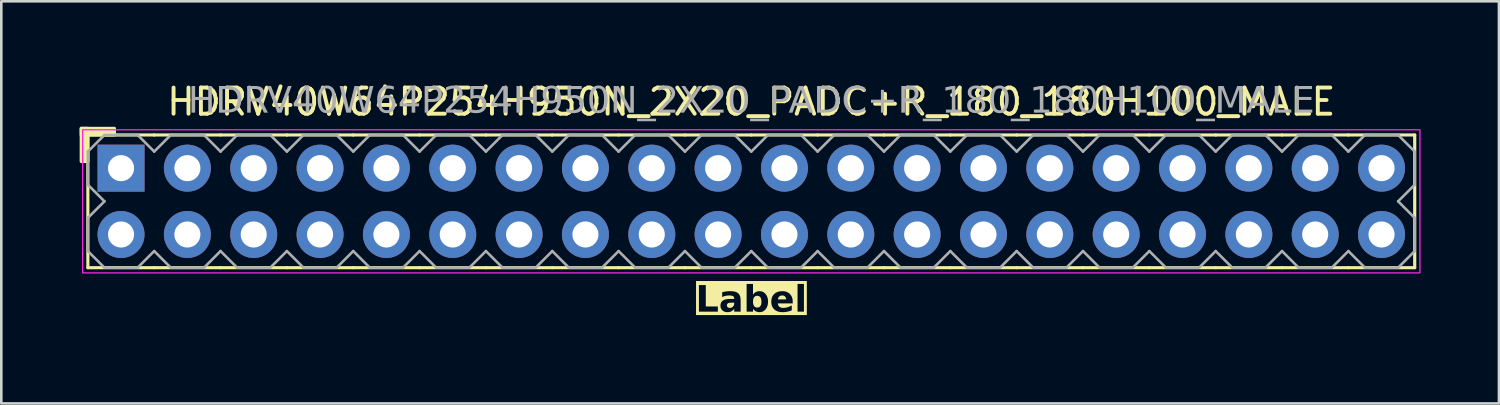
<source format=kicad_pcb>
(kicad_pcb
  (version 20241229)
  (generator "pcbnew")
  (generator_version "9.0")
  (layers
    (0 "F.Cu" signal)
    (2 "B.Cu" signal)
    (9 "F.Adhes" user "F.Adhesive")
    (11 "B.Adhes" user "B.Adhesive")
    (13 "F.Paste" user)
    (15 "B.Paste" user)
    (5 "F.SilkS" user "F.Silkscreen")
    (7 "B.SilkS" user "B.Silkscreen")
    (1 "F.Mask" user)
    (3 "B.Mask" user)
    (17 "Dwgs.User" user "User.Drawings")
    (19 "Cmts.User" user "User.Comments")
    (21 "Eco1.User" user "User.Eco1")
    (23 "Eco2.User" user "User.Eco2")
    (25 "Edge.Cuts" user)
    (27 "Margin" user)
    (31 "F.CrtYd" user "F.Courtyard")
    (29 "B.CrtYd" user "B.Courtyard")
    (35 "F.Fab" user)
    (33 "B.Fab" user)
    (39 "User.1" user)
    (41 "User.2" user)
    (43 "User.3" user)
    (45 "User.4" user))
  (footprint "HDRV40W64P254H950N_2X20_PADC+R_180_180H100_MALE"
    (layer "F.Cu")
    (at 25.714 4.658)
    (property "Reference" "HDRV40W64P254H950N_2X20_PADC+R_180_180H100_MALE" (at 0 -3.81 0) (layer "F.SilkS") (effects (font (size 1 1) (thickness 0.15))))
    (property "Label" "Label" (at 0 3.81 0) (layer "F.SilkS" knockout) (effects (font (face "Tahoma") (size 1 1) (thickness 0.2) (bold yes))))
    (attr through_hole)
    (fp_line (start -25.4 2.54) (end -25.4 -2.54) (stroke (width 0.12) (type solid)) (layer "F.SilkS"))
    (fp_line (start -22.86 -2.54) (end -25.4 -2.54) (stroke (width 0.12) (type solid)) (layer "F.SilkS"))
    (fp_line (start -22.86 2.54) (end -25.4 2.54) (stroke (width 0.12) (type solid)) (layer "F.SilkS"))
    (fp_line (start -20.32 -2.54) (end -22.86 -2.54) (stroke (width 0.12) (type solid)) (layer "F.SilkS"))
    (fp_line (start -20.32 2.54) (end -22.86 2.54) (stroke (width 0.12) (type solid)) (layer "F.SilkS"))
    (fp_line (start -17.78 -2.54) (end -20.32 -2.54) (stroke (width 0.12) (type solid)) (layer "F.SilkS"))
    (fp_line (start -17.78 2.54) (end -20.32 2.54) (stroke (width 0.12) (type solid)) (layer "F.SilkS"))
    (fp_line (start -15.24 -2.54) (end -17.78 -2.54) (stroke (width 0.12) (type solid)) (layer "F.SilkS"))
    (fp_line (start -15.24 2.54) (end -17.78 2.54) (stroke (width 0.12) (type solid)) (layer "F.SilkS"))
    (fp_line (start -12.7 -2.54) (end -15.24 -2.54) (stroke (width 0.12) (type solid)) (layer "F.SilkS"))
    (fp_line (start -12.7 2.54) (end -15.24 2.54) (stroke (width 0.12) (type solid)) (layer "F.SilkS"))
    (fp_line (start -10.16 -2.54) (end -12.7 -2.54) (stroke (width 0.12) (type solid)) (layer "F.SilkS"))
    (fp_line (start -10.16 2.54) (end -12.7 2.54) (stroke (width 0.12) (type solid)) (layer "F.SilkS"))
    (fp_line (start -7.62 -2.54) (end -10.16 -2.54) (stroke (width 0.12) (type solid)) (layer "F.SilkS"))
    (fp_line (start -7.62 2.54) (end -10.16 2.54) (stroke (width 0.12) (type solid)) (layer "F.SilkS"))
    (fp_line (start -5.08 -2.54) (end -7.62 -2.54) (stroke (width 0.12) (type solid)) (layer "F.SilkS"))
    (fp_line (start -5.08 2.54) (end -7.62 2.54) (stroke (width 0.12) (type solid)) (layer "F.SilkS"))
    (fp_line (start -2.54 -2.54) (end -5.08 -2.54) (stroke (width 0.12) (type solid)) (layer "F.SilkS"))
    (fp_line (start -2.54 2.54) (end -5.08 2.54) (stroke (width 0.12) (type solid)) (layer "F.SilkS"))
    (fp_line (start 0 -2.54) (end -2.54 -2.54) (stroke (width 0.12) (type solid)) (layer "F.SilkS"))
    (fp_line (start 0 2.54) (end -2.54 2.54) (stroke (width 0.12) (type solid)) (layer "F.SilkS"))
    (fp_line (start 2.54 -2.54) (end 0 -2.54) (stroke (width 0.12) (type solid)) (layer "F.SilkS"))
    (fp_line (start 2.54 2.54) (end 0 2.54) (stroke (width 0.12) (type solid)) (layer "F.SilkS"))
    (fp_line (start 5.08 -2.54) (end 2.54 -2.54) (stroke (width 0.12) (type solid)) (layer "F.SilkS"))
    (fp_line (start 5.08 2.54) (end 2.54 2.54) (stroke (width 0.12) (type solid)) (layer "F.SilkS"))
    (fp_line (start 7.62 -2.54) (end 5.08 -2.54) (stroke (width 0.12) (type solid)) (layer "F.SilkS"))
    (fp_line (start 7.62 2.54) (end 5.08 2.54) (stroke (width 0.12) (type solid)) (layer "F.SilkS"))
    (fp_line (start 10.16 -2.54) (end 7.62 -2.54) (stroke (width 0.12) (type solid)) (layer "F.SilkS"))
    (fp_line (start 10.16 2.54) (end 7.62 2.54) (stroke (width 0.12) (type solid)) (layer "F.SilkS"))
    (fp_line (start 12.7 -2.54) (end 10.16 -2.54) (stroke (width 0.12) (type solid)) (layer "F.SilkS"))
    (fp_line (start 12.7 2.54) (end 10.16 2.54) (stroke (width 0.12) (type solid)) (layer "F.SilkS"))
    (fp_line (start 15.24 -2.54) (end 12.7 -2.54) (stroke (width 0.12) (type solid)) (layer "F.SilkS"))
    (fp_line (start 15.24 2.54) (end 12.7 2.54) (stroke (width 0.12) (type solid)) (layer "F.SilkS"))
    (fp_line (start 17.78 -2.54) (end 15.24 -2.54) (stroke (width 0.12) (type solid)) (layer "F.SilkS"))
    (fp_line (start 17.78 2.54) (end 15.24 2.54) (stroke (width 0.12) (type solid)) (layer "F.SilkS"))
    (fp_line (start 20.32 -2.54) (end 17.78 -2.54) (stroke (width 0.12) (type solid)) (layer "F.SilkS"))
    (fp_line (start 20.32 2.54) (end 17.78 2.54) (stroke (width 0.12) (type solid)) (layer "F.SilkS"))
    (fp_line (start 22.86 -2.54) (end 20.32 -2.54) (stroke (width 0.12) (type solid)) (layer "F.SilkS"))
    (fp_line (start 22.86 2.54) (end 20.32 2.54) (stroke (width 0.12) (type solid)) (layer "F.SilkS"))
    (fp_line (start 25.4 -2.54) (end 22.86 -2.54) (stroke (width 0.12) (type solid)) (layer "F.SilkS"))
    (fp_line (start 25.4 2.54) (end 22.86 2.54) (stroke (width 0.12) (type solid)) (layer "F.SilkS"))
    (fp_line (start 25.4 2.54) (end 25.4 -2.54) (stroke (width 0.12) (type solid)) (layer "F.SilkS"))
    (fp_rect (start -25.654 -1.524) (end -25.4 -2.794) (stroke (width 0.12) (type solid)) (fill yes) (layer "F.SilkS"))
    (fp_rect (start -24.384 -2.54) (end -25.654 -2.794) (stroke (width 0.12) (type solid)) (fill yes) (layer "F.SilkS"))
    (fp_rect (start -25.6 -2.74) (end 25.6 2.74) (stroke (width 0.05) (type default)) (fill no) (layer "F.CrtYd"))
    (fp_line (start -25.4 -1.905) (end -25.4 -0.635) (stroke (width 0.1) (type solid)) (layer "F.Fab"))
    (fp_line (start -25.4 -1.905) (end -24.765 -2.54) (stroke (width 0.1) (type solid)) (layer "F.Fab"))
    (fp_line (start -25.4 0.635) (end -25.4 1.905) (stroke (width 0.1) (type solid)) (layer "F.Fab"))
    (fp_line (start -24.765 -2.54) (end -23.495 -2.54) (stroke (width 0.1) (type solid)) (layer "F.Fab"))
    (fp_line (start -24.765 0) (end -25.4 -0.635) (stroke (width 0.1) (type solid)) (layer "F.Fab"))
    (fp_line (start -24.765 0) (end -25.4 0.635) (stroke (width 0.1) (type solid)) (layer "F.Fab"))
    (fp_line (start -24.765 2.54) (end -25.4 1.905) (stroke (width 0.1) (type solid)) (layer "F.Fab"))
    (fp_line (start -23.495 -2.54) (end -22.86 -1.905) (stroke (width 0.1) (type solid)) (layer "F.Fab"))
    (fp_line (start -23.495 2.54) (end -24.765 2.54) (stroke (width 0.1) (type solid)) (layer "F.Fab"))
    (fp_line (start -22.86 -1.905) (end -22.225 -2.54) (stroke (width 0.1) (type solid)) (layer "F.Fab"))
    (fp_line (start -22.86 1.905) (end -23.495 2.54) (stroke (width 0.1) (type solid)) (layer "F.Fab"))
    (fp_line (start -22.225 -2.54) (end -20.955 -2.54) (stroke (width 0.1) (type solid)) (layer "F.Fab"))
    (fp_line (start -22.225 2.54) (end -22.86 1.905) (stroke (width 0.1) (type solid)) (layer "F.Fab"))
    (fp_line (start -20.955 -2.54) (end -20.32 -1.905) (stroke (width 0.1) (type solid)) (layer "F.Fab"))
    (fp_line (start -20.955 2.54) (end -22.225 2.54) (stroke (width 0.1) (type solid)) (layer "F.Fab"))
    (fp_line (start -20.32 -1.905) (end -19.685 -2.54) (stroke (width 0.1) (type solid)) (layer "F.Fab"))
    (fp_line (start -20.32 1.905) (end -20.955 2.54) (stroke (width 0.1) (type solid)) (layer "F.Fab"))
    (fp_line (start -19.685 -2.54) (end -18.415 -2.54) (stroke (width 0.1) (type solid)) (layer "F.Fab"))
    (fp_line (start -19.685 2.54) (end -20.32 1.905) (stroke (width 0.1) (type solid)) (layer "F.Fab"))
    (fp_line (start -18.415 -2.54) (end -17.78 -1.905) (stroke (width 0.1) (type solid)) (layer "F.Fab"))
    (fp_line (start -18.415 2.54) (end -19.685 2.54) (stroke (width 0.1) (type solid)) (layer "F.Fab"))
    (fp_line (start -17.78 -1.905) (end -17.145 -2.54) (stroke (width 0.1) (type solid)) (layer "F.Fab"))
    (fp_line (start -17.78 1.905) (end -18.415 2.54) (stroke (width 0.1) (type solid)) (layer "F.Fab"))
    (fp_line (start -17.145 -2.54) (end -15.875 -2.54) (stroke (width 0.1) (type solid)) (layer "F.Fab"))
    (fp_line (start -17.145 2.54) (end -17.78 1.905) (stroke (width 0.1) (type solid)) (layer "F.Fab"))
    (fp_line (start -15.875 -2.54) (end -15.24 -1.905) (stroke (width 0.1) (type solid)) (layer "F.Fab"))
    (fp_line (start -15.875 2.54) (end -17.145 2.54) (stroke (width 0.1) (type solid)) (layer "F.Fab"))
    (fp_line (start -15.24 -1.905) (end -14.605 -2.54) (stroke (width 0.1) (type solid)) (layer "F.Fab"))
    (fp_line (start -15.24 1.905) (end -15.875 2.54) (stroke (width 0.1) (type solid)) (layer "F.Fab"))
    (fp_line (start -14.605 -2.54) (end -13.335 -2.54) (stroke (width 0.1) (type solid)) (layer "F.Fab"))
    (fp_line (start -14.605 2.54) (end -15.24 1.905) (stroke (width 0.1) (type solid)) (layer "F.Fab"))
    (fp_line (start -13.335 -2.54) (end -12.7 -1.905) (stroke (width 0.1) (type solid)) (layer "F.Fab"))
    (fp_line (start -13.335 2.54) (end -14.605 2.54) (stroke (width 0.1) (type solid)) (layer "F.Fab"))
    (fp_line (start -12.7 -1.905) (end -12.065 -2.54) (stroke (width 0.1) (type solid)) (layer "F.Fab"))
    (fp_line (start -12.7 1.905) (end -13.335 2.54) (stroke (width 0.1) (type solid)) (layer "F.Fab"))
    (fp_line (start -12.065 -2.54) (end -10.795 -2.54) (stroke (width 0.1) (type solid)) (layer "F.Fab"))
    (fp_line (start -12.065 2.54) (end -12.7 1.905) (stroke (width 0.1) (type solid)) (layer "F.Fab"))
    (fp_line (start -10.795 -2.54) (end -10.16 -1.905) (stroke (width 0.1) (type solid)) (layer "F.Fab"))
    (fp_line (start -10.795 2.54) (end -12.065 2.54) (stroke (width 0.1) (type solid)) (layer "F.Fab"))
    (fp_line (start -10.16 -1.905) (end -9.525 -2.54) (stroke (width 0.1) (type solid)) (layer "F.Fab"))
    (fp_line (start -10.16 1.905) (end -10.795 2.54) (stroke (width 0.1) (type solid)) (layer "F.Fab"))
    (fp_line (start -9.525 -2.54) (end -8.255 -2.54) (stroke (width 0.1) (type solid)) (layer "F.Fab"))
    (fp_line (start -9.525 2.54) (end -10.16 1.905) (stroke (width 0.1) (type solid)) (layer "F.Fab"))
    (fp_line (start -8.255 -2.54) (end -7.62 -1.905) (stroke (width 0.1) (type solid)) (layer "F.Fab"))
    (fp_line (start -8.255 2.54) (end -9.525 2.54) (stroke (width 0.1) (type solid)) (layer "F.Fab"))
    (fp_line (start -7.62 -1.905) (end -6.985 -2.54) (stroke (width 0.1) (type solid)) (layer "F.Fab"))
    (fp_line (start -7.62 1.905) (end -8.255 2.54) (stroke (width 0.1) (type solid)) (layer "F.Fab"))
    (fp_line (start -6.985 -2.54) (end -5.715 -2.54) (stroke (width 0.1) (type solid)) (layer "F.Fab"))
    (fp_line (start -6.985 2.54) (end -7.62 1.905) (stroke (width 0.1) (type solid)) (layer "F.Fab"))
    (fp_line (start -5.715 -2.54) (end -5.08 -1.905) (stroke (width 0.1) (type solid)) (layer "F.Fab"))
    (fp_line (start -5.715 2.54) (end -6.985 2.54) (stroke (width 0.1) (type solid)) (layer "F.Fab"))
    (fp_line (start -5.08 -1.905) (end -4.445 -2.54) (stroke (width 0.1) (type solid)) (layer "F.Fab"))
    (fp_line (start -5.08 1.905) (end -5.715 2.54) (stroke (width 0.1) (type solid)) (layer "F.Fab"))
    (fp_line (start -4.445 -2.54) (end -3.175 -2.54) (stroke (width 0.1) (type solid)) (layer "F.Fab"))
    (fp_line (start -4.445 2.54) (end -5.08 1.905) (stroke (width 0.1) (type solid)) (layer "F.Fab"))
    (fp_line (start -3.175 -2.54) (end -2.54 -1.905) (stroke (width 0.1) (type solid)) (layer "F.Fab"))
    (fp_line (start -3.175 2.54) (end -4.445 2.54) (stroke (width 0.1) (type solid)) (layer "F.Fab"))
    (fp_line (start -2.54 -1.905) (end -1.905 -2.54) (stroke (width 0.1) (type solid)) (layer "F.Fab"))
    (fp_line (start -2.54 1.905) (end -3.175 2.54) (stroke (width 0.1) (type solid)) (layer "F.Fab"))
    (fp_line (start -1.905 -2.54) (end -0.635 -2.54) (stroke (width 0.1) (type solid)) (layer "F.Fab"))
    (fp_line (start -1.905 2.54) (end -2.54 1.905) (stroke (width 0.1) (type solid)) (layer "F.Fab"))
    (fp_line (start -0.635 -2.54) (end 0 -1.905) (stroke (width 0.1) (type solid)) (layer "F.Fab"))
    (fp_line (start -0.635 2.54) (end -1.905 2.54) (stroke (width 0.1) (type solid)) (layer "F.Fab"))
    (fp_line (start 0 -1.905) (end 0.635 -2.54) (stroke (width 0.1) (type solid)) (layer "F.Fab"))
    (fp_line (start 0 1.905) (end -0.635 2.54) (stroke (width 0.1) (type solid)) (layer "F.Fab"))
    (fp_line (start 0.635 -2.54) (end 1.905 -2.54) (stroke (width 0.1) (type solid)) (layer "F.Fab"))
    (fp_line (start 0.635 2.54) (end 0 1.905) (stroke (width 0.1) (type solid)) (layer "F.Fab"))
    (fp_line (start 1.905 -2.54) (end 2.54 -1.905) (stroke (width 0.1) (type solid)) (layer "F.Fab"))
    (fp_line (start 1.905 2.54) (end 0.635 2.54) (stroke (width 0.1) (type solid)) (layer "F.Fab"))
    (fp_line (start 2.54 -1.905) (end 3.175 -2.54) (stroke (width 0.1) (type solid)) (layer "F.Fab"))
    (fp_line (start 2.54 1.905) (end 1.905 2.54) (stroke (width 0.1) (type solid)) (layer "F.Fab"))
    (fp_line (start 3.175 -2.54) (end 4.445 -2.54) (stroke (width 0.1) (type solid)) (layer "F.Fab"))
    (fp_line (start 3.175 2.54) (end 2.54 1.905) (stroke (width 0.1) (type solid)) (layer "F.Fab"))
    (fp_line (start 4.445 -2.54) (end 5.08 -1.905) (stroke (width 0.1) (type solid)) (layer "F.Fab"))
    (fp_line (start 4.445 2.54) (end 3.175 2.54) (stroke (width 0.1) (type solid)) (layer "F.Fab"))
    (fp_line (start 5.08 -1.905) (end 5.715 -2.54) (stroke (width 0.1) (type solid)) (layer "F.Fab"))
    (fp_line (start 5.08 1.905) (end 4.445 2.54) (stroke (width 0.1) (type solid)) (layer "F.Fab"))
    (fp_line (start 5.715 -2.54) (end 6.985 -2.54) (stroke (width 0.1) (type solid)) (layer "F.Fab"))
    (fp_line (start 5.715 2.54) (end 5.08 1.905) (stroke (width 0.1) (type solid)) (layer "F.Fab"))
    (fp_line (start 6.985 -2.54) (end 7.62 -1.905) (stroke (width 0.1) (type solid)) (layer "F.Fab"))
    (fp_line (start 6.985 2.54) (end 5.715 2.54) (stroke (width 0.1) (type solid)) (layer "F.Fab"))
    (fp_line (start 7.62 -1.905) (end 8.255 -2.54) (stroke (width 0.1) (type solid)) (layer "F.Fab"))
    (fp_line (start 7.62 1.905) (end 6.985 2.54) (stroke (width 0.1) (type solid)) (layer "F.Fab"))
    (fp_line (start 8.255 -2.54) (end 9.525 -2.54) (stroke (width 0.1) (type solid)) (layer "F.Fab"))
    (fp_line (start 8.255 2.54) (end 7.62 1.905) (stroke (width 0.1) (type solid)) (layer "F.Fab"))
    (fp_line (start 9.525 -2.54) (end 10.16 -1.905) (stroke (width 0.1) (type solid)) (layer "F.Fab"))
    (fp_line (start 9.525 2.54) (end 8.255 2.54) (stroke (width 0.1) (type solid)) (layer "F.Fab"))
    (fp_line (start 10.16 -1.905) (end 10.795 -2.54) (stroke (width 0.1) (type solid)) (layer "F.Fab"))
    (fp_line (start 10.16 1.905) (end 9.525 2.54) (stroke (width 0.1) (type solid)) (layer "F.Fab"))
    (fp_line (start 10.795 -2.54) (end 12.065 -2.54) (stroke (width 0.1) (type solid)) (layer "F.Fab"))
    (fp_line (start 10.795 2.54) (end 10.16 1.905) (stroke (width 0.1) (type solid)) (layer "F.Fab"))
    (fp_line (start 12.065 -2.54) (end 12.7 -1.905) (stroke (width 0.1) (type solid)) (layer "F.Fab"))
    (fp_line (start 12.065 2.54) (end 10.795 2.54) (stroke (width 0.1) (type solid)) (layer "F.Fab"))
    (fp_line (start 12.7 -1.905) (end 13.335 -2.54) (stroke (width 0.1) (type solid)) (layer "F.Fab"))
    (fp_line (start 12.7 1.905) (end 12.065 2.54) (stroke (width 0.1) (type solid)) (layer "F.Fab"))
    (fp_line (start 13.335 -2.54) (end 14.605 -2.54) (stroke (width 0.1) (type solid)) (layer "F.Fab"))
    (fp_line (start 13.335 2.54) (end 12.7 1.905) (stroke (width 0.1) (type solid)) (layer "F.Fab"))
    (fp_line (start 14.605 -2.54) (end 15.24 -1.905) (stroke (width 0.1) (type solid)) (layer "F.Fab"))
    (fp_line (start 14.605 2.54) (end 13.335 2.54) (stroke (width 0.1) (type solid)) (layer "F.Fab"))
    (fp_line (start 15.24 -1.905) (end 15.875 -2.54) (stroke (width 0.1) (type solid)) (layer "F.Fab"))
    (fp_line (start 15.24 1.905) (end 14.605 2.54) (stroke (width 0.1) (type solid)) (layer "F.Fab"))
    (fp_line (start 15.875 -2.54) (end 17.145 -2.54) (stroke (width 0.1) (type solid)) (layer "F.Fab"))
    (fp_line (start 15.875 2.54) (end 15.24 1.905) (stroke (width 0.1) (type solid)) (layer "F.Fab"))
    (fp_line (start 17.145 -2.54) (end 17.78 -1.905) (stroke (width 0.1) (type solid)) (layer "F.Fab"))
    (fp_line (start 17.145 2.54) (end 15.875 2.54) (stroke (width 0.1) (type solid)) (layer "F.Fab"))
    (fp_line (start 17.78 -1.905) (end 18.415 -2.54) (stroke (width 0.1) (type solid)) (layer "F.Fab"))
    (fp_line (start 17.78 1.905) (end 17.145 2.54) (stroke (width 0.1) (type solid)) (layer "F.Fab"))
    (fp_line (start 18.415 -2.54) (end 19.685 -2.54) (stroke (width 0.1) (type solid)) (layer "F.Fab"))
    (fp_line (start 18.415 2.54) (end 17.78 1.905) (stroke (width 0.1) (type solid)) (layer "F.Fab"))
    (fp_line (start 19.685 -2.54) (end 20.32 -1.905) (stroke (width 0.1) (type solid)) (layer "F.Fab"))
    (fp_line (start 19.685 2.54) (end 18.415 2.54) (stroke (width 0.1) (type solid)) (layer "F.Fab"))
    (fp_line (start 20.32 -1.905) (end 20.955 -2.54) (stroke (width 0.1) (type solid)) (layer "F.Fab"))
    (fp_line (start 20.32 1.905) (end 19.685 2.54) (stroke (width 0.1) (type solid)) (layer "F.Fab"))
    (fp_line (start 20.955 -2.54) (end 22.225 -2.54) (stroke (width 0.1) (type solid)) (layer "F.Fab"))
    (fp_line (start 20.955 2.54) (end 20.32 1.905) (stroke (width 0.1) (type solid)) (layer "F.Fab"))
    (fp_line (start 22.225 -2.54) (end 22.86 -1.905) (stroke (width 0.1) (type solid)) (layer "F.Fab"))
    (fp_line (start 22.225 2.54) (end 20.955 2.54) (stroke (width 0.1) (type solid)) (layer "F.Fab"))
    (fp_line (start 22.86 -1.905) (end 23.495 -2.54) (stroke (width 0.1) (type solid)) (layer "F.Fab"))
    (fp_line (start 22.86 1.905) (end 22.225 2.54) (stroke (width 0.1) (type solid)) (layer "F.Fab"))
    (fp_line (start 23.495 -2.54) (end 24.765 -2.54) (stroke (width 0.1) (type solid)) (layer "F.Fab"))
    (fp_line (start 23.495 2.54) (end 22.86 1.905) (stroke (width 0.1) (type solid)) (layer "F.Fab"))
    (fp_line (start 24.765 -2.54) (end 25.4 -1.905) (stroke (width 0.1) (type solid)) (layer "F.Fab"))
    (fp_line (start 24.765 0) (end 25.4 0.635) (stroke (width 0.1) (type solid)) (layer "F.Fab"))
    (fp_line (start 24.765 2.54) (end 23.495 2.54) (stroke (width 0.1) (type solid)) (layer "F.Fab"))
    (fp_line (start 25.4 -1.905) (end 25.4 -0.635) (stroke (width 0.1) (type solid)) (layer "F.Fab"))
    (fp_line (start 25.4 -0.635) (end 24.765 0) (stroke (width 0.1) (type solid)) (layer "F.Fab"))
    (fp_line (start 25.4 0.635) (end 25.4 1.905) (stroke (width 0.1) (type solid)) (layer "F.Fab"))
    (fp_line (start 25.4 1.905) (end 24.765 2.54) (stroke (width 0.1) (type solid)) (layer "F.Fab"))
    (fp_rect (start -23.876 -1.524) (end -24.384 -1.016) (stroke (width 0.1) (type solid)) (fill no) (layer "F.Fab"))
    (fp_rect (start -23.876 1.016) (end -24.384 1.524) (stroke (width 0.1) (type solid)) (fill no) (layer "F.Fab"))
    (fp_rect (start -21.336 -1.524) (end -21.844 -1.016) (stroke (width 0.1) (type solid)) (fill no) (layer "F.Fab"))
    (fp_rect (start -21.336 1.016) (end -21.844 1.524) (stroke (width 0.1) (type solid)) (fill no) (layer "F.Fab"))
    (fp_rect (start -18.796 -1.524) (end -19.304 -1.016) (stroke (width 0.1) (type solid)) (fill no) (layer "F.Fab"))
    (fp_rect (start -18.796 1.016) (end -19.304 1.524) (stroke (width 0.1) (type solid)) (fill no) (layer "F.Fab"))
    (fp_rect (start -16.256 -1.524) (end -16.764 -1.016) (stroke (width 0.1) (type solid)) (fill no) (layer "F.Fab"))
    (fp_rect (start -16.256 1.016) (end -16.764 1.524) (stroke (width 0.1) (type solid)) (fill no) (layer "F.Fab"))
    (fp_rect (start -13.716 -1.524) (end -14.224 -1.016) (stroke (width 0.1) (type solid)) (fill no) (layer "F.Fab"))
    (fp_rect (start -13.716 1.016) (end -14.224 1.524) (stroke (width 0.1) (type solid)) (fill no) (layer "F.Fab"))
    (fp_rect (start -11.176 -1.524) (end -11.684 -1.016) (stroke (width 0.1) (type solid)) (fill no) (layer "F.Fab"))
    (fp_rect (start -11.176 1.016) (end -11.684 1.524) (stroke (width 0.1) (type solid)) (fill no) (layer "F.Fab"))
    (fp_rect (start -8.636 -1.524) (end -9.144 -1.016) (stroke (width 0.1) (type solid)) (fill no) (layer "F.Fab"))
    (fp_rect (start -8.636 1.016) (end -9.144 1.524) (stroke (width 0.1) (type solid)) (fill no) (layer "F.Fab"))
    (fp_rect (start -6.096 -1.524) (end -6.604 -1.016) (stroke (width 0.1) (type solid)) (fill no) (layer "F.Fab"))
    (fp_rect (start -6.096 1.016) (end -6.604 1.524) (stroke (width 0.1) (type solid)) (fill no) (layer "F.Fab"))
    (fp_rect (start -3.556 -1.524) (end -4.064 -1.016) (stroke (width 0.1) (type solid)) (fill no) (layer "F.Fab"))
    (fp_rect (start -3.556 1.016) (end -4.064 1.524) (stroke (width 0.1) (type solid)) (fill no) (layer "F.Fab"))
    (fp_rect (start -1.016 -1.524) (end -1.524 -1.016) (stroke (width 0.1) (type solid)) (fill no) (layer "F.Fab"))
    (fp_rect (start -1.016 1.016) (end -1.524 1.524) (stroke (width 0.1) (type solid)) (fill no) (layer "F.Fab"))
    (fp_rect (start 1.524 -1.524) (end 1.016 -1.016) (stroke (width 0.1) (type solid)) (fill no) (layer "F.Fab"))
    (fp_rect (start 1.524 1.016) (end 1.016 1.524) (stroke (width 0.1) (type solid)) (fill no) (layer "F.Fab"))
    (fp_rect (start 4.064 -1.524) (end 3.556 -1.016) (stroke (width 0.1) (type solid)) (fill no) (layer "F.Fab"))
    (fp_rect (start 4.064 1.016) (end 3.556 1.524) (stroke (width 0.1) (type solid)) (fill no) (layer "F.Fab"))
    (fp_rect (start 6.604 -1.524) (end 6.096 -1.016) (stroke (width 0.1) (type solid)) (fill no) (layer "F.Fab"))
    (fp_rect (start 6.604 1.016) (end 6.096 1.524) (stroke (width 0.1) (type solid)) (fill no) (layer "F.Fab"))
    (fp_rect (start 9.144 -1.524) (end 8.636 -1.016) (stroke (width 0.1) (type solid)) (fill no) (layer "F.Fab"))
    (fp_rect (start 9.144 1.016) (end 8.636 1.524) (stroke (width 0.1) (type solid)) (fill no) (layer "F.Fab"))
    (fp_rect (start 11.684 -1.524) (end 11.176 -1.016) (stroke (width 0.1) (type solid)) (fill no) (layer "F.Fab"))
    (fp_rect (start 11.684 1.016) (end 11.176 1.524) (stroke (width 0.1) (type solid)) (fill no) (layer "F.Fab"))
    (fp_rect (start 14.224 -1.524) (end 13.716 -1.016) (stroke (width 0.1) (type solid)) (fill no) (layer "F.Fab"))
    (fp_rect (start 14.224 1.016) (end 13.716 1.524) (stroke (width 0.1) (type solid)) (fill no) (layer "F.Fab"))
    (fp_rect (start 16.764 -1.524) (end 16.256 -1.016) (stroke (width 0.1) (type solid)) (fill no) (layer "F.Fab"))
    (fp_rect (start 16.764 1.016) (end 16.256 1.524) (stroke (width 0.1) (type solid)) (fill no) (layer "F.Fab"))
    (fp_rect (start 19.304 -1.524) (end 18.796 -1.016) (stroke (width 0.1) (type solid)) (fill no) (layer "F.Fab"))
    (fp_rect (start 19.304 1.016) (end 18.796 1.524) (stroke (width 0.1) (type solid)) (fill no) (layer "F.Fab"))
    (fp_rect (start 21.844 -1.524) (end 21.336 -1.016) (stroke (width 0.1) (type solid)) (fill no) (layer "F.Fab"))
    (fp_rect (start 21.844 1.016) (end 21.336 1.524) (stroke (width 0.1) (type solid)) (fill no) (layer "F.Fab"))
    (fp_rect (start 24.384 -1.524) (end 23.876 -1.016) (stroke (width 0.1) (type solid)) (fill no) (layer "F.Fab"))
    (fp_rect (start 24.384 1.016) (end 23.876 1.524) (stroke (width 0.1) (type solid)) (fill no) (layer "F.Fab"))
    (fp_text user "${REFERENCE}" (at 0 -3.81 0) (layer "F.Fab") (effects (font (face "Tahoma") (size 1 1) (thickness 0.15))))
    (pad "1" thru_hole rect (at -24.13 -1.27) (size 1.8 1.8) (drill 1) (layers "*.Cu" "*.Mask"))
    (pad "2" thru_hole circle (at -24.13 1.27) (size 1.8 1.8) (drill 1) (layers "*.Cu" "*.Mask"))
    (pad "3" thru_hole circle (at -21.59 -1.27) (size 1.8 1.8) (drill 1) (layers "*.Cu" "*.Mask"))
    (pad "4" thru_hole circle (at -21.59 1.27) (size 1.8 1.8) (drill 1) (layers "*.Cu" "*.Mask"))
    (pad "5" thru_hole circle (at -19.05 -1.27) (size 1.8 1.8) (drill 1) (layers "*.Cu" "*.Mask"))
    (pad "6" thru_hole circle (at -19.05 1.27) (size 1.8 1.8) (drill 1) (layers "*.Cu" "*.Mask"))
    (pad "7" thru_hole circle (at -16.51 -1.27) (size 1.8 1.8) (drill 1) (layers "*.Cu" "*.Mask"))
    (pad "8" thru_hole circle (at -16.51 1.27) (size 1.8 1.8) (drill 1) (layers "*.Cu" "*.Mask"))
    (pad "9" thru_hole circle (at -13.97 -1.27) (size 1.8 1.8) (drill 1) (layers "*.Cu" "*.Mask"))
    (pad "10" thru_hole circle (at -13.97 1.27) (size 1.8 1.8) (drill 1) (layers "*.Cu" "*.Mask"))
    (pad "11" thru_hole circle (at -11.43 -1.27) (size 1.8 1.8) (drill 1) (layers "*.Cu" "*.Mask"))
    (pad "12" thru_hole circle (at -11.43 1.27) (size 1.8 1.8) (drill 1) (layers "*.Cu" "*.Mask"))
    (pad "13" thru_hole circle (at -8.89 -1.27) (size 1.8 1.8) (drill 1) (layers "*.Cu" "*.Mask"))
    (pad "14" thru_hole circle (at -8.89 1.27) (size 1.8 1.8) (drill 1) (layers "*.Cu" "*.Mask"))
    (pad "15" thru_hole circle (at -6.35 -1.27) (size 1.8 1.8) (drill 1) (layers "*.Cu" "*.Mask"))
    (pad "16" thru_hole circle (at -6.35 1.27) (size 1.8 1.8) (drill 1) (layers "*.Cu" "*.Mask"))
    (pad "17" thru_hole circle (at -3.81 -1.27) (size 1.8 1.8) (drill 1) (layers "*.Cu" "*.Mask"))
    (pad "18" thru_hole circle (at -3.81 1.27) (size 1.8 1.8) (drill 1) (layers "*.Cu" "*.Mask"))
    (pad "19" thru_hole circle (at -1.27 -1.27) (size 1.8 1.8) (drill 1) (layers "*.Cu" "*.Mask"))
    (pad "20" thru_hole circle (at -1.27 1.27) (size 1.8 1.8) (drill 1) (layers "*.Cu" "*.Mask"))
    (pad "21" thru_hole circle (at 1.27 -1.27) (size 1.8 1.8) (drill 1) (layers "*.Cu" "*.Mask"))
    (pad "22" thru_hole circle (at 1.27 1.27) (size 1.8 1.8) (drill 1) (layers "*.Cu" "*.Mask"))
    (pad "23" thru_hole circle (at 3.81 -1.27) (size 1.8 1.8) (drill 1) (layers "*.Cu" "*.Mask"))
    (pad "24" thru_hole circle (at 3.81 1.27) (size 1.8 1.8) (drill 1) (layers "*.Cu" "*.Mask"))
    (pad "25" thru_hole circle (at 6.35 -1.27) (size 1.8 1.8) (drill 1) (layers "*.Cu" "*.Mask"))
    (pad "26" thru_hole circle (at 6.35 1.27) (size 1.8 1.8) (drill 1) (layers "*.Cu" "*.Mask"))
    (pad "27" thru_hole circle (at 8.89 -1.27) (size 1.8 1.8) (drill 1) (layers "*.Cu" "*.Mask"))
    (pad "28" thru_hole circle (at 8.89 1.27) (size 1.8 1.8) (drill 1) (layers "*.Cu" "*.Mask"))
    (pad "29" thru_hole circle (at 11.43 -1.27) (size 1.8 1.8) (drill 1) (layers "*.Cu" "*.Mask"))
    (pad "30" thru_hole circle (at 11.43 1.27) (size 1.8 1.8) (drill 1) (layers "*.Cu" "*.Mask"))
    (pad "31" thru_hole circle (at 13.97 -1.27) (size 1.8 1.8) (drill 1) (layers "*.Cu" "*.Mask"))
    (pad "32" thru_hole circle (at 13.97 1.27) (size 1.8 1.8) (drill 1) (layers "*.Cu" "*.Mask"))
    (pad "33" thru_hole circle (at 16.51 -1.27) (size 1.8 1.8) (drill 1) (layers "*.Cu" "*.Mask"))
    (pad "34" thru_hole circle (at 16.51 1.27) (size 1.8 1.8) (drill 1) (layers "*.Cu" "*.Mask"))
    (pad "35" thru_hole circle (at 19.05 -1.27) (size 1.8 1.8) (drill 1) (layers "*.Cu" "*.Mask"))
    (pad "36" thru_hole circle (at 19.05 1.27) (size 1.8 1.8) (drill 1) (layers "*.Cu" "*.Mask"))
    (pad "37" thru_hole circle (at 21.59 -1.27) (size 1.8 1.8) (drill 1) (layers "*.Cu" "*.Mask"))
    (pad "38" thru_hole circle (at 21.59 1.27) (size 1.8 1.8) (drill 1) (layers "*.Cu" "*.Mask"))
    (pad "39" thru_hole circle (at 24.13 -1.27) (size 1.8 1.8) (drill 1) (layers "*.Cu" "*.Mask"))
    (pad "40" thru_hole circle (at 24.13 1.27) (size 1.8 1.8) (drill 1) (layers "*.Cu" "*.Mask")))
  (gr_rect
    (start -3 -3)
    (end 54.339 12.396)
    (stroke (width 0.1) (type default))
    (fill no)
    (layer "Edge.Cuts")))
</source>
